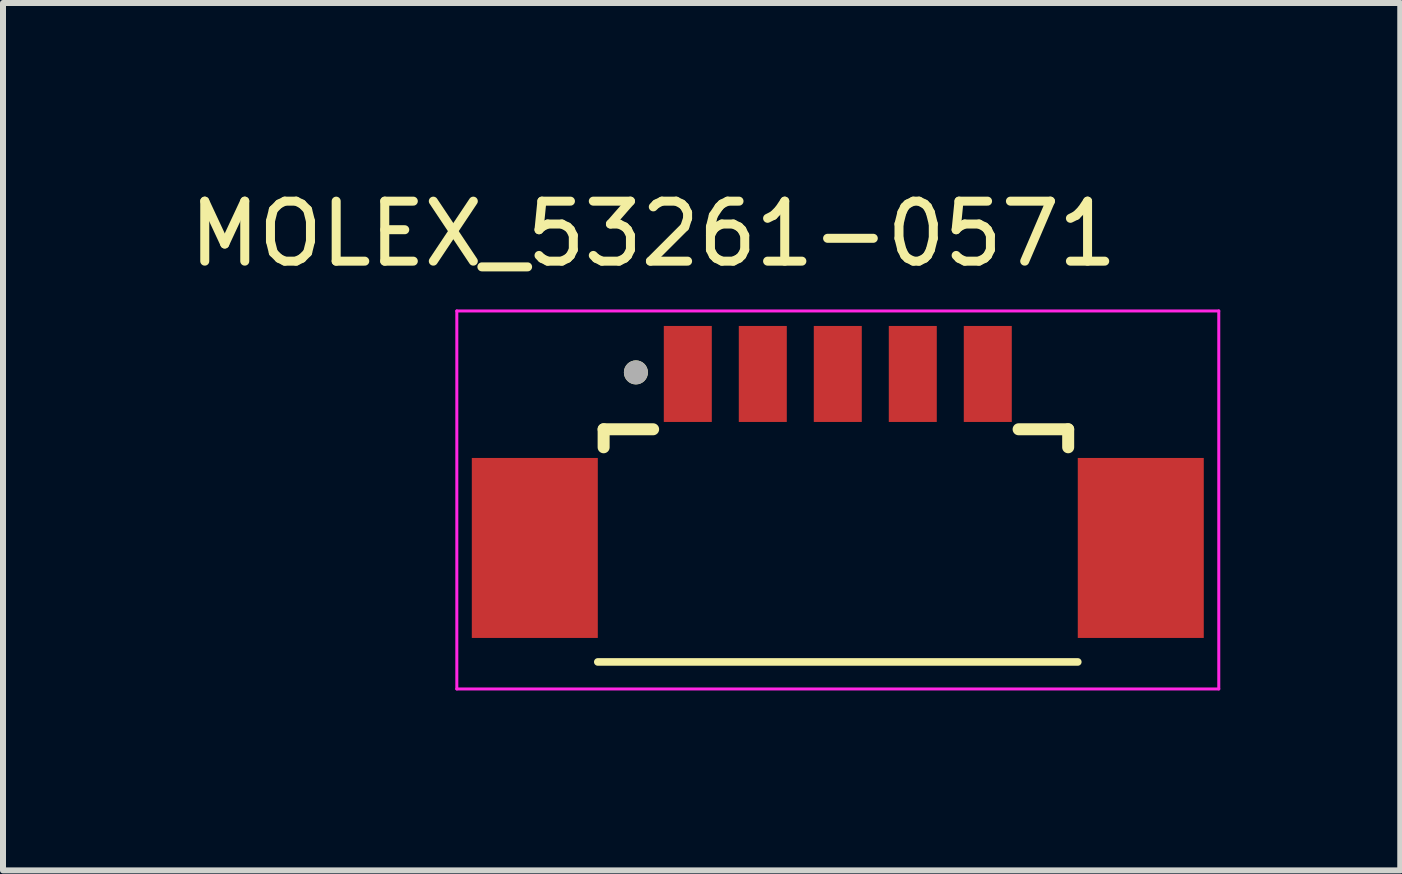
<source format=kicad_pcb>
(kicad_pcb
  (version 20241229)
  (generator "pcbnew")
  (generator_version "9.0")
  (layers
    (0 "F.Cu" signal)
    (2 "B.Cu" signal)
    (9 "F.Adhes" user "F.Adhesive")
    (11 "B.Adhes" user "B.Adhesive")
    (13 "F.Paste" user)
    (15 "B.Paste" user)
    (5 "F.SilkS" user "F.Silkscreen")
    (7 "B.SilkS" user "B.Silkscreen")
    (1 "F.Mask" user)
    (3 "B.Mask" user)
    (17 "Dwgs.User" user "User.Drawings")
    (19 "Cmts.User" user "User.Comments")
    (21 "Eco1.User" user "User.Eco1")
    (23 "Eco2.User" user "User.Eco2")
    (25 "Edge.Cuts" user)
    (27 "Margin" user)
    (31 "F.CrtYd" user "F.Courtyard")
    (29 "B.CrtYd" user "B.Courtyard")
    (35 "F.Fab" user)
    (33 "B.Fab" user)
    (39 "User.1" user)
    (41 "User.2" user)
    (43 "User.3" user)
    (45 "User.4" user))
  (footprint "MOLEX_53261-0571"
    (layer "F.Cu")
    (at 10.914 3.983)
    (property "Reference" "MOLEX_53261-0571" (at -3.075 -3.135 0) (layer "F.SilkS") (effects (font (size 1 1) (thickness 0.15))))
    (attr through_hole)
    (fp_line (start -3.903 0.122) (end -3.903 0.422) (stroke (width 0.2) (type solid)) (layer "F.SilkS"))
    (fp_line (start -3.903 0.122) (end -3.078 0.122) (stroke (width 0.2) (type solid)) (layer "F.SilkS"))
    (fp_line (start 3.84 0.122) (end 3.014 0.122) (stroke (width 0.2) (type solid)) (layer "F.SilkS"))
    (fp_line (start 3.84 0.122) (end 3.84 0.422) (stroke (width 0.2) (type solid)) (layer "F.SilkS"))
    (fp_line (start 4 4) (end -4 4) (stroke (width 0.127) (type solid)) (layer "F.SilkS"))
    (fp_circle (center -3.365 -0.826) (end -3.265 -0.826) (stroke (width 0.2) (type solid)) (fill no) (layer "F.SilkS"))
    (fp_line (start -6.35 -1.85) (end -6.35 4.45) (stroke (width 0.05) (type solid)) (layer "F.CrtYd"))
    (fp_line (start -6.35 4.45) (end 6.35 4.45) (stroke (width 0.05) (type solid)) (layer "F.CrtYd"))
    (fp_line (start 6.35 -1.85) (end -6.35 -1.85) (stroke (width 0.05) (type solid)) (layer "F.CrtYd"))
    (fp_line (start 6.35 4.45) (end 6.35 -1.85) (stroke (width 0.05) (type solid)) (layer "F.CrtYd"))
    (fp_circle (center -3.365 -0.826) (end -3.265 -0.826) (stroke (width 0.2) (type solid)) (fill no) (layer "F.Fab"))
    (pad "1" smd rect (at -2.5 -0.8) (size 0.8 1.6) (layers "F.Cu" "F.Mask" "F.Paste"))
    (pad "2" smd rect (at -1.25 -0.8) (size 0.8 1.6) (layers "F.Cu" "F.Mask" "F.Paste"))
    (pad "3" smd rect (at 0 -0.8) (size 0.8 1.6) (layers "F.Cu" "F.Mask" "F.Paste"))
    (pad "4" smd rect (at 1.25 -0.8) (size 0.8 1.6) (layers "F.Cu" "F.Mask" "F.Paste"))
    (pad "5" smd rect (at 2.5 -0.8) (size 0.8 1.6) (layers "F.Cu" "F.Mask" "F.Paste"))
    (pad "P1" smd rect (at -5.05 2.1) (size 2.1 3) (layers "F.Cu" "F.Mask" "F.Paste"))
    (pad "P2" smd rect (at 5.05 2.1) (size 2.1 3) (layers "F.Cu" "F.Mask" "F.Paste")))
  (gr_rect
    (start -3 -3)
    (end 20.289 11.458)
    (stroke (width 0.1) (type default))
    (fill no)
    (layer "Edge.Cuts")))
</source>
